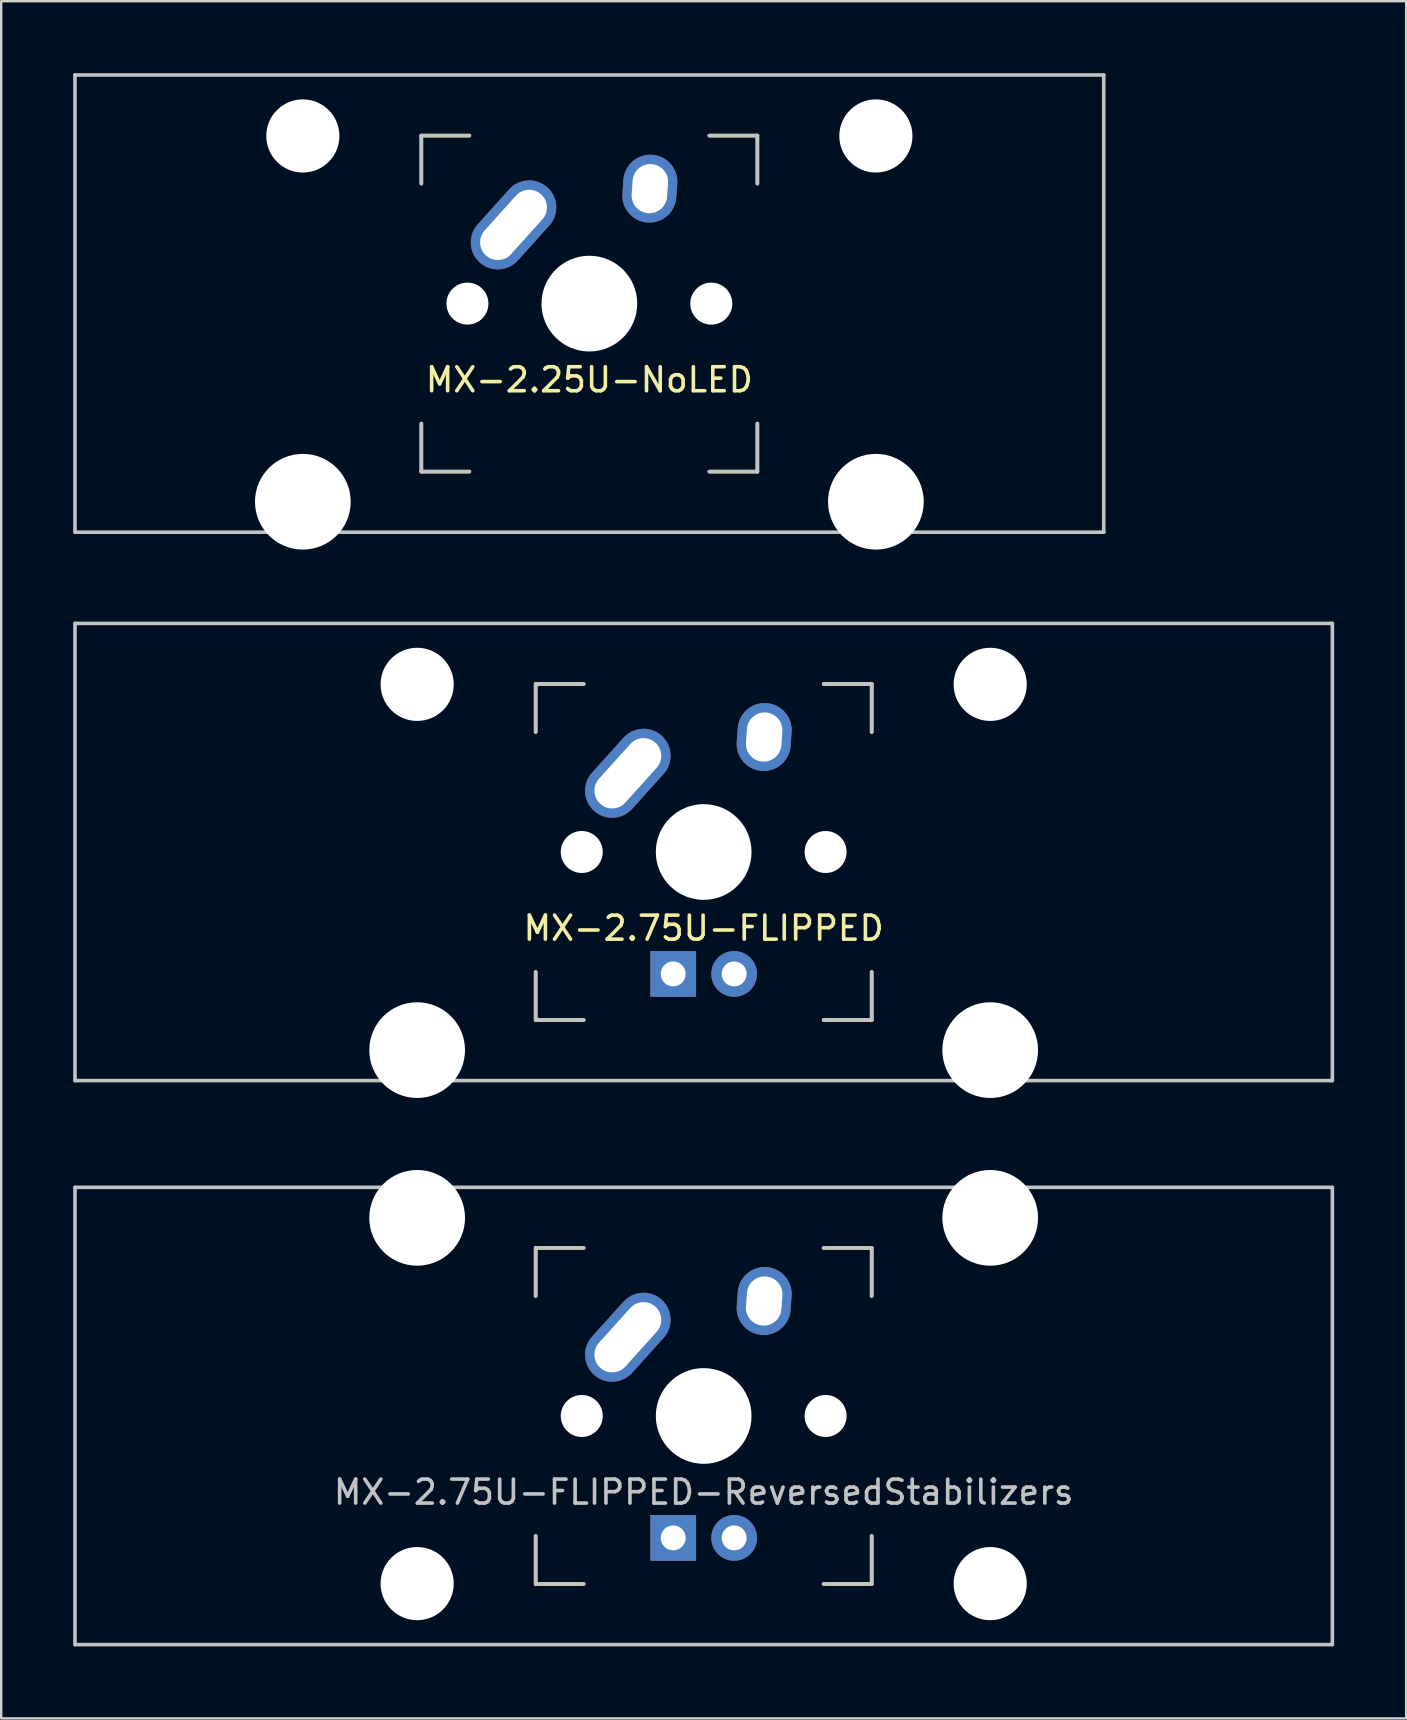
<source format=kicad_pcb>
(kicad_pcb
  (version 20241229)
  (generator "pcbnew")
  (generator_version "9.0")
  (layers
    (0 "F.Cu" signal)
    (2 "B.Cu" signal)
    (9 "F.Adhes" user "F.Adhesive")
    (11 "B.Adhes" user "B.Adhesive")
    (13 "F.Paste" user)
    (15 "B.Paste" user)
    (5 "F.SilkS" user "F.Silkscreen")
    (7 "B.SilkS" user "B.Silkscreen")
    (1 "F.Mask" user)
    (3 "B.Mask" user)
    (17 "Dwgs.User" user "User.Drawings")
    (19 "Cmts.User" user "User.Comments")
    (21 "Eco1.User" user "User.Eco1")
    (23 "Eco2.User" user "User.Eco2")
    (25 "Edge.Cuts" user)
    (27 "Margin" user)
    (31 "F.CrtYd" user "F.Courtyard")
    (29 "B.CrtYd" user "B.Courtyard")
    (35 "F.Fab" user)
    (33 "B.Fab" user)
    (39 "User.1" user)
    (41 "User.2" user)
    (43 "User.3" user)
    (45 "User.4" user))
  (footprint "MX-2.75U-FLIPPED-ReversedStabilizers"
    (layer "F.Cu")
    (at 26.269 55.947)
    (property "Reference" "MX-2.75U-FLIPPED-ReversedStabilizers" (at 0 3.175 0) (layer "Dwgs.User") (effects (font (size 1 1) (thickness 0.15))))
    (attr through_hole)
    (fp_line (start -7 -7) (end -7 -5) (stroke (width 0.15) (type solid)) (layer "F.SilkS"))
    (fp_line (start -7 5) (end -7 7) (stroke (width 0.15) (type solid)) (layer "F.SilkS"))
    (fp_line (start -7 7) (end -5 7) (stroke (width 0.15) (type solid)) (layer "F.SilkS"))
    (fp_line (start -5 -7) (end -7 -7) (stroke (width 0.15) (type solid)) (layer "F.SilkS"))
    (fp_line (start 5 -7) (end 7 -7) (stroke (width 0.15) (type solid)) (layer "F.SilkS"))
    (fp_line (start 5 7) (end 7 7) (stroke (width 0.15) (type solid)) (layer "F.SilkS"))
    (fp_line (start 7 -7) (end 7 -5) (stroke (width 0.15) (type solid)) (layer "F.SilkS"))
    (fp_line (start 7 7) (end 7 5) (stroke (width 0.15) (type solid)) (layer "F.SilkS"))
    (fp_line (start -26.194 -9.525) (end 26.194 -9.525) (stroke (width 0.15) (type solid)) (layer "Dwgs.User"))
    (fp_line (start -26.194 9.525) (end -26.194 -9.525) (stroke (width 0.15) (type solid)) (layer "Dwgs.User"))
    (fp_line (start -26.194 9.525) (end 26.194 9.525) (stroke (width 0.15) (type solid)) (layer "Dwgs.User"))
    (fp_line (start -7 -7) (end -7 -5) (stroke (width 0.15) (type solid)) (layer "Dwgs.User"))
    (fp_line (start -7 5) (end -7 7) (stroke (width 0.15) (type solid)) (layer "Dwgs.User"))
    (fp_line (start -7 7) (end -5 7) (stroke (width 0.15) (type solid)) (layer "Dwgs.User"))
    (fp_line (start -5 -7) (end -7 -7) (stroke (width 0.15) (type solid)) (layer "Dwgs.User"))
    (fp_line (start 5 -7) (end 7 -7) (stroke (width 0.15) (type solid)) (layer "Dwgs.User"))
    (fp_line (start 5 7) (end 7 7) (stroke (width 0.15) (type solid)) (layer "Dwgs.User"))
    (fp_line (start 7 -7) (end 7 -5) (stroke (width 0.15) (type solid)) (layer "Dwgs.User"))
    (fp_line (start 7 7) (end 7 5) (stroke (width 0.15) (type solid)) (layer "Dwgs.User"))
    (fp_line (start 26.194 -9.525) (end 26.194 9.525) (stroke (width 0.15) (type solid)) (layer "Dwgs.User"))
    (pad "" np_thru_hole circle (at -11.938 -8.255) (size 3.988 3.988) (drill 3.988) (layers "*.Cu" "*.Mask"))
    (pad "" np_thru_hole circle (at -11.938 6.985) (size 3.048 3.048) (drill 3.048) (layers "*.Cu" "*.Mask"))
    (pad "" np_thru_hole circle (at -5.08 0 48.1) (size 1.75 1.75) (drill 1.75) (layers "*.Cu" "*.Mask"))
    (pad "" np_thru_hole circle (at 0 0) (size 3.988 3.988) (drill 3.988) (layers "*.Cu" "*.Mask"))
    (pad "" np_thru_hole circle (at 5.08 0 48.1) (size 1.75 1.75) (drill 1.75) (layers "*.Cu" "*.Mask"))
    (pad "" np_thru_hole circle (at 11.938 -8.255) (size 3.988 3.988) (drill 3.988) (layers "*.Cu" "*.Mask"))
    (pad "" np_thru_hole circle (at 11.938 6.985) (size 3.048 3.048) (drill 3.048) (layers "*.Cu" "*.Mask"))
    (pad "1" thru_hole oval (at -3.16 -3.28 48) (size 4.21 2.25) (drill oval 3.43 1.48) (layers "*.Cu" "B.Mask"))
    (pad "2" thru_hole oval (at 2.52 -4.79 86) (size 2.831 2.25) (drill oval 2.051 1.48) (layers "*.Cu" "B.Mask"))
    (pad "3" thru_hole circle (at 1.27 5.08) (size 1.905 1.905) (drill 1.04) (layers "*.Cu" "B.Mask"))
    (pad "4" thru_hole rect (at -1.27 5.08) (size 1.905 1.905) (drill 1.04) (layers "*.Cu" "B.Mask")))
  (footprint "MX-2.25U-NoLED"
    (layer "F.Cu")
    (at 21.506 9.6)
    (property "Reference" "MX-2.25U-NoLED" (at 0 3.175 0) (layer "F.SilkS") (effects (font (size 1 1) (thickness 0.15))))
    (attr through_hole)
    (fp_line (start -7 -7) (end -7 -5) (stroke (width 0.15) (type solid)) (layer "F.SilkS"))
    (fp_line (start -7 5) (end -7 7) (stroke (width 0.15) (type solid)) (layer "F.SilkS"))
    (fp_line (start -7 7) (end -5 7) (stroke (width 0.15) (type solid)) (layer "F.SilkS"))
    (fp_line (start -5 -7) (end -7 -7) (stroke (width 0.15) (type solid)) (layer "F.SilkS"))
    (fp_line (start 5 -7) (end 7 -7) (stroke (width 0.15) (type solid)) (layer "F.SilkS"))
    (fp_line (start 5 7) (end 7 7) (stroke (width 0.15) (type solid)) (layer "F.SilkS"))
    (fp_line (start 7 -7) (end 7 -5) (stroke (width 0.15) (type solid)) (layer "F.SilkS"))
    (fp_line (start 7 7) (end 7 5) (stroke (width 0.15) (type solid)) (layer "F.SilkS"))
    (fp_line (start -21.431 -9.525) (end 21.431 -9.525) (stroke (width 0.15) (type solid)) (layer "Dwgs.User"))
    (fp_line (start -21.431 9.525) (end -21.431 -9.525) (stroke (width 0.15) (type solid)) (layer "Dwgs.User"))
    (fp_line (start -21.431 9.525) (end 21.431 9.525) (stroke (width 0.15) (type solid)) (layer "Dwgs.User"))
    (fp_line (start -7 -7) (end -7 -5) (stroke (width 0.15) (type solid)) (layer "Dwgs.User"))
    (fp_line (start -7 5) (end -7 7) (stroke (width 0.15) (type solid)) (layer "Dwgs.User"))
    (fp_line (start -7 7) (end -5 7) (stroke (width 0.15) (type solid)) (layer "Dwgs.User"))
    (fp_line (start -5 -7) (end -7 -7) (stroke (width 0.15) (type solid)) (layer "Dwgs.User"))
    (fp_line (start 5 -7) (end 7 -7) (stroke (width 0.15) (type solid)) (layer "Dwgs.User"))
    (fp_line (start 5 7) (end 7 7) (stroke (width 0.15) (type solid)) (layer "Dwgs.User"))
    (fp_line (start 7 -7) (end 7 -5) (stroke (width 0.15) (type solid)) (layer "Dwgs.User"))
    (fp_line (start 7 7) (end 7 5) (stroke (width 0.15) (type solid)) (layer "Dwgs.User"))
    (fp_line (start 21.431 -9.525) (end 21.431 9.525) (stroke (width 0.15) (type solid)) (layer "Dwgs.User"))
    (pad "" np_thru_hole circle (at -11.938 -6.985) (size 3.048 3.048) (drill 3.048) (layers "*.Cu" "*.Mask"))
    (pad "" np_thru_hole circle (at -11.938 8.255) (size 3.988 3.988) (drill 3.988) (layers "*.Cu" "*.Mask"))
    (pad "" np_thru_hole circle (at -5.08 0 48.1) (size 1.75 1.75) (drill 1.75) (layers "*.Cu" "*.Mask"))
    (pad "" np_thru_hole circle (at 0 0) (size 3.988 3.988) (drill 3.988) (layers "*.Cu" "*.Mask"))
    (pad "" np_thru_hole circle (at 5.08 0 48.1) (size 1.75 1.75) (drill 1.75) (layers "*.Cu" "*.Mask"))
    (pad "" np_thru_hole circle (at 11.938 -6.985) (size 3.048 3.048) (drill 3.048) (layers "*.Cu" "*.Mask"))
    (pad "" np_thru_hole circle (at 11.938 8.255) (size 3.988 3.988) (drill 3.988) (layers "*.Cu" "*.Mask"))
    (pad "1" thru_hole oval (at -3.16 -3.28 48) (size 4.21 2.25) (drill oval 3.43 1.48) (layers "*.Cu" "B.Mask"))
    (pad "2" thru_hole oval (at 2.52 -4.79 86) (size 2.831 2.25) (drill oval 2.051 1.48) (layers "*.Cu" "B.Mask")))
  (footprint "MX-2.75U-FLIPPED"
    (layer "F.Cu")
    (at 26.269 32.449)
    (property "Reference" "MX-2.75U-FLIPPED" (at 0 3.175 0) (layer "F.SilkS") (effects (font (size 1 1) (thickness 0.15))))
    (attr through_hole)
    (fp_line (start -7 -7) (end -7 -5) (stroke (width 0.15) (type solid)) (layer "F.SilkS"))
    (fp_line (start -7 5) (end -7 7) (stroke (width 0.15) (type solid)) (layer "F.SilkS"))
    (fp_line (start -7 7) (end -5 7) (stroke (width 0.15) (type solid)) (layer "F.SilkS"))
    (fp_line (start -5 -7) (end -7 -7) (stroke (width 0.15) (type solid)) (layer "F.SilkS"))
    (fp_line (start 5 -7) (end 7 -7) (stroke (width 0.15) (type solid)) (layer "F.SilkS"))
    (fp_line (start 5 7) (end 7 7) (stroke (width 0.15) (type solid)) (layer "F.SilkS"))
    (fp_line (start 7 -7) (end 7 -5) (stroke (width 0.15) (type solid)) (layer "F.SilkS"))
    (fp_line (start 7 7) (end 7 5) (stroke (width 0.15) (type solid)) (layer "F.SilkS"))
    (fp_line (start -26.194 -9.525) (end 26.194 -9.525) (stroke (width 0.15) (type solid)) (layer "Dwgs.User"))
    (fp_line (start -26.194 9.525) (end -26.194 -9.525) (stroke (width 0.15) (type solid)) (layer "Dwgs.User"))
    (fp_line (start -26.194 9.525) (end 26.194 9.525) (stroke (width 0.15) (type solid)) (layer "Dwgs.User"))
    (fp_line (start -7 -7) (end -7 -5) (stroke (width 0.15) (type solid)) (layer "Dwgs.User"))
    (fp_line (start -7 5) (end -7 7) (stroke (width 0.15) (type solid)) (layer "Dwgs.User"))
    (fp_line (start -7 7) (end -5 7) (stroke (width 0.15) (type solid)) (layer "Dwgs.User"))
    (fp_line (start -5 -7) (end -7 -7) (stroke (width 0.15) (type solid)) (layer "Dwgs.User"))
    (fp_line (start 5 -7) (end 7 -7) (stroke (width 0.15) (type solid)) (layer "Dwgs.User"))
    (fp_line (start 5 7) (end 7 7) (stroke (width 0.15) (type solid)) (layer "Dwgs.User"))
    (fp_line (start 7 -7) (end 7 -5) (stroke (width 0.15) (type solid)) (layer "Dwgs.User"))
    (fp_line (start 7 7) (end 7 5) (stroke (width 0.15) (type solid)) (layer "Dwgs.User"))
    (fp_line (start 26.194 -9.525) (end 26.194 9.525) (stroke (width 0.15) (type solid)) (layer "Dwgs.User"))
    (pad "" np_thru_hole circle (at -11.938 -6.985) (size 3.048 3.048) (drill 3.048) (layers "*.Cu" "*.Mask"))
    (pad "" np_thru_hole circle (at -11.938 8.255) (size 3.988 3.988) (drill 3.988) (layers "*.Cu" "*.Mask"))
    (pad "" np_thru_hole circle (at -5.08 0 48.1) (size 1.75 1.75) (drill 1.75) (layers "*.Cu" "*.Mask"))
    (pad "" np_thru_hole circle (at 0 0) (size 3.988 3.988) (drill 3.988) (layers "*.Cu" "*.Mask"))
    (pad "" np_thru_hole circle (at 5.08 0 48.1) (size 1.75 1.75) (drill 1.75) (layers "*.Cu" "*.Mask"))
    (pad "" np_thru_hole circle (at 11.938 -6.985) (size 3.048 3.048) (drill 3.048) (layers "*.Cu" "*.Mask"))
    (pad "" np_thru_hole circle (at 11.938 8.255) (size 3.988 3.988) (drill 3.988) (layers "*.Cu" "*.Mask"))
    (pad "1" thru_hole oval (at -3.16 -3.28 48) (size 4.21 2.25) (drill oval 3.43 1.48) (layers "*.Cu" "B.Mask"))
    (pad "2" thru_hole oval (at 2.52 -4.79 86) (size 2.831 2.25) (drill oval 2.051 1.48) (layers "*.Cu" "B.Mask"))
    (pad "3" thru_hole circle (at 1.27 5.08) (size 1.905 1.905) (drill 1.04) (layers "*.Cu" "B.Mask"))
    (pad "4" thru_hole rect (at -1.27 5.08) (size 1.905 1.905) (drill 1.04) (layers "*.Cu" "B.Mask")))
  (gr_rect
    (start -3 -3)
    (end 55.538 68.547)
    (stroke (width 0.1) (type default))
    (fill no)
    (layer "Edge.Cuts")))
</source>
